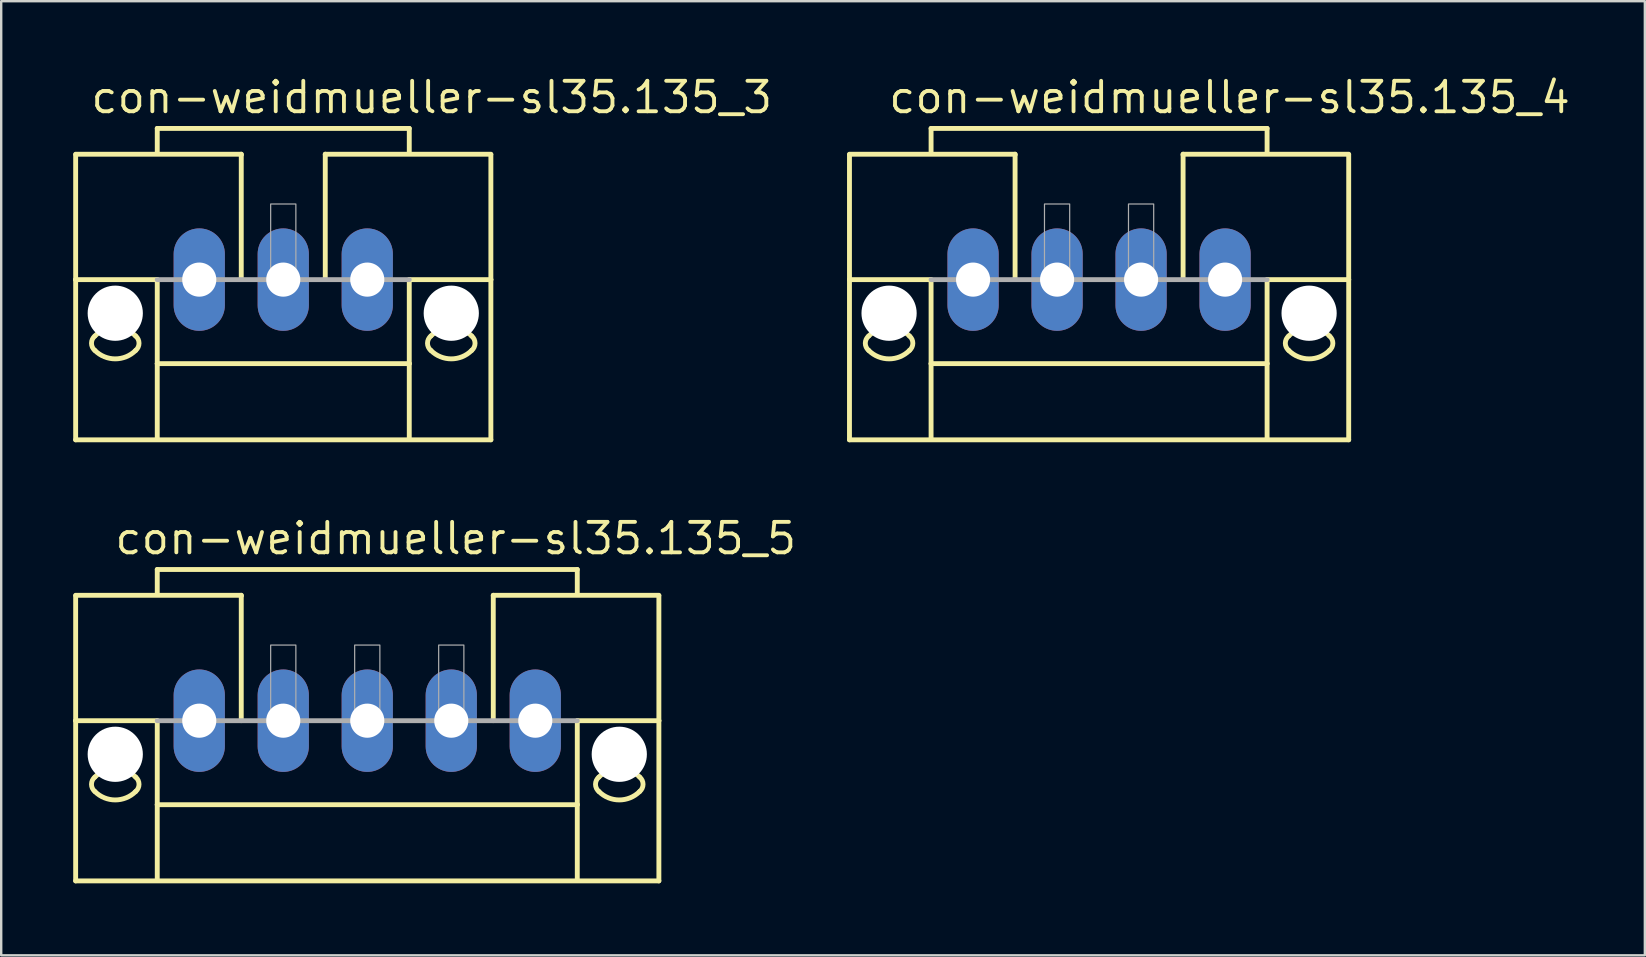
<source format=kicad_pcb>
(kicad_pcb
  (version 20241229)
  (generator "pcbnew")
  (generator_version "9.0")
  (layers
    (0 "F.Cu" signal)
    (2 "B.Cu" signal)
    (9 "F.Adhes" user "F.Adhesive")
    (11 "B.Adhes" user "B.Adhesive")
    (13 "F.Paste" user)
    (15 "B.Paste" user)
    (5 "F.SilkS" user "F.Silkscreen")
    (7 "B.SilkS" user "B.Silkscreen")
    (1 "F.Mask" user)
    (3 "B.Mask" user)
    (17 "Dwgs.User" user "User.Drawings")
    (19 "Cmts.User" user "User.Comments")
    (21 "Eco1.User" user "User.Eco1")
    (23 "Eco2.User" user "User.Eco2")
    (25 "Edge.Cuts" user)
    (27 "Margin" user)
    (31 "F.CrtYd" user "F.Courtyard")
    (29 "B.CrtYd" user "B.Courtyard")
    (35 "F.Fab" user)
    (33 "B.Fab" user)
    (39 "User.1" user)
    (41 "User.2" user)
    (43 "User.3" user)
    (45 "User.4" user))
  (footprint "con-weidmueller-sl35.135_5"
    (layer "F.Cu")
    (at 12.252 26.977)
    (property "Reference" "con-weidmueller-sl35.135_5" (at -10.6 -6.85 0) (layer "F.SilkS") (effects (font (size 1.27 1.27) (thickness 0.16)) (justify left bottom)))
    (attr through_hole)
    (fp_line (start -12.15 -5.225) (end -5.25 -5.225) (stroke (width 0.203) (type default)) (layer "F.SilkS"))
    (fp_line (start -12.15 -5.2) (end -12.15 0) (stroke (width 0.203) (type default)) (layer "F.SilkS"))
    (fp_line (start -12.15 0) (end -12.15 6.675) (stroke (width 0.203) (type default)) (layer "F.SilkS"))
    (fp_line (start -12.15 0) (end -8.75 0) (stroke (width 0.203) (type default)) (layer "F.SilkS"))
    (fp_line (start -12.15 6.675) (end 12.15 6.675) (stroke (width 0.203) (type default)) (layer "F.SilkS"))
    (fp_line (start -8.75 -6.3) (end 8.75 -6.3) (stroke (width 0.203) (type default)) (layer "F.SilkS"))
    (fp_line (start -8.75 -5.3) (end -8.75 -6.3) (stroke (width 0.203) (type default)) (layer "F.SilkS"))
    (fp_line (start -8.75 0) (end -8.75 3.5) (stroke (width 0.203) (type default)) (layer "F.SilkS"))
    (fp_line (start -8.75 3.5) (end 8.75 3.5) (stroke (width 0.203) (type default)) (layer "F.SilkS"))
    (fp_line (start -8.75 6.65) (end -8.75 3.5) (stroke (width 0.203) (type default)) (layer "F.SilkS"))
    (fp_line (start -5.25 -5.225) (end -5.25 -5.2) (stroke (width 0.203) (type default)) (layer "F.SilkS"))
    (fp_line (start -5.25 -5.175) (end -5.25 0) (stroke (width 0.203) (type default)) (layer "F.SilkS"))
    (fp_line (start 5.25 -5.225) (end 12.15 -5.225) (stroke (width 0.203) (type default)) (layer "F.SilkS"))
    (fp_line (start 5.25 -5.2) (end 5.25 -5.225) (stroke (width 0.203) (type default)) (layer "F.SilkS"))
    (fp_line (start 5.25 0) (end 5.25 -5.175) (stroke (width 0.203) (type default)) (layer "F.SilkS"))
    (fp_line (start 8.75 -6.3) (end 8.75 -5.3) (stroke (width 0.203) (type default)) (layer "F.SilkS"))
    (fp_line (start 8.75 3.5) (end 8.75 0) (stroke (width 0.203) (type default)) (layer "F.SilkS"))
    (fp_line (start 8.75 6.65) (end 8.75 3.5) (stroke (width 0.203) (type default)) (layer "F.SilkS"))
    (fp_line (start 12.15 0) (end 8.75 0) (stroke (width 0.203) (type default)) (layer "F.SilkS"))
    (fp_line (start 12.15 0) (end 12.15 -5.2) (stroke (width 0.203) (type default)) (layer "F.SilkS"))
    (fp_line (start 12.15 6.675) (end 12.15 0) (stroke (width 0.203) (type default)) (layer "F.SilkS"))
    (fp_arc (start -11.35 2.35) (mid -10.5 1.997918) (end -9.65 2.35) (stroke (width 0.2032) (type default)) (layer "F.SilkS"))
    (fp_arc (start -11.35 2.95) (mid -11.490512 2.65) (end -11.35 2.35) (stroke (width 0.2032) (type default)) (layer "F.SilkS"))
    (fp_arc (start -9.65 2.35) (mid -9.509488 2.65) (end -9.65 2.95) (stroke (width 0.2032) (type default)) (layer "F.SilkS"))
    (fp_arc (start -9.65 2.95) (mid -10.5 3.302082) (end -11.35 2.95) (stroke (width 0.2032) (type default)) (layer "F.SilkS"))
    (fp_arc (start 9.65 2.35) (mid 10.5 1.997918) (end 11.35 2.35) (stroke (width 0.2032) (type default)) (layer "F.SilkS"))
    (fp_arc (start 9.65 2.95) (mid 9.509488 2.65) (end 9.65 2.35) (stroke (width 0.2032) (type default)) (layer "F.SilkS"))
    (fp_arc (start 11.35 2.35) (mid 11.490512 2.65) (end 11.35 2.95) (stroke (width 0.2032) (type default)) (layer "F.SilkS"))
    (fp_arc (start 11.35 2.95) (mid 10.5 3.302082) (end 9.65 2.95) (stroke (width 0.2032) (type default)) (layer "F.SilkS"))
    (fp_line (start 8.75 0) (end -8.75 0) (stroke (width 0.203) (type default)) (layer "F.Fab"))
    (fp_rect (start -4.025 0) (end -2.975 -3.15) (stroke (width 0.05) (type default)) (fill no) (layer "F.Fab"))
    (fp_rect (start -0.525 0) (end 0.525 -3.15) (stroke (width 0.05) (type default)) (fill no) (layer "F.Fab"))
    (fp_rect (start 2.975 0) (end 4.025 -3.15) (stroke (width 0.05) (type default)) (fill no) (layer "F.Fab"))
    (pad "" np_thru_hole circle (at -10.5 1.4) (size 2.3 2.3) (drill 2.3) (layers "*.Cu" "*.Mask"))
    (pad "" np_thru_hole circle (at 10.5 1.4) (size 2.3 2.3) (drill 2.3) (layers "*.Cu" "*.Mask"))
    (pad "1" thru_hole oval (at -7 0 90) (size 4.267 2.134) (drill 1.422) (layers "*.Cu" "*.Mask"))
    (pad "2" thru_hole oval (at -3.5 0 90) (size 4.267 2.134) (drill 1.422) (layers "*.Cu" "*.Mask"))
    (pad "3" thru_hole oval (at 0 0 90) (size 4.267 2.134) (drill 1.422) (layers "*.Cu" "*.Mask"))
    (pad "4" thru_hole oval (at 3.5 0 90) (size 4.267 2.134) (drill 1.422) (layers "*.Cu" "*.Mask"))
    (pad "5" thru_hole oval (at 7 0 90) (size 4.267 2.134) (drill 1.422) (layers "*.Cu" "*.Mask")))
  (footprint "con-weidmueller-sl35.135_4"
    (layer "F.Cu")
    (at 42.743 8.6)
    (property "Reference" "con-weidmueller-sl35.135_4" (at -8.85 -6.85 0) (layer "F.SilkS") (effects (font (size 1.27 1.27) (thickness 0.16)) (justify left bottom)))
    (attr through_hole)
    (fp_line (start -10.4 -5.225) (end -3.5 -5.225) (stroke (width 0.203) (type default)) (layer "F.SilkS"))
    (fp_line (start -10.4 -5.2) (end -10.4 0) (stroke (width 0.203) (type default)) (layer "F.SilkS"))
    (fp_line (start -10.4 0) (end -10.4 6.675) (stroke (width 0.203) (type default)) (layer "F.SilkS"))
    (fp_line (start -10.4 0) (end -7 0) (stroke (width 0.203) (type default)) (layer "F.SilkS"))
    (fp_line (start -10.4 6.675) (end 10.4 6.675) (stroke (width 0.203) (type default)) (layer "F.SilkS"))
    (fp_line (start -7 -6.3) (end 7 -6.3) (stroke (width 0.203) (type default)) (layer "F.SilkS"))
    (fp_line (start -7 -5.3) (end -7 -6.3) (stroke (width 0.203) (type default)) (layer "F.SilkS"))
    (fp_line (start -7 0) (end -7 3.5) (stroke (width 0.203) (type default)) (layer "F.SilkS"))
    (fp_line (start -7 3.5) (end 7 3.5) (stroke (width 0.203) (type default)) (layer "F.SilkS"))
    (fp_line (start -7 6.65) (end -7 3.5) (stroke (width 0.203) (type default)) (layer "F.SilkS"))
    (fp_line (start -3.5 -5.225) (end -3.5 -5.2) (stroke (width 0.203) (type default)) (layer "F.SilkS"))
    (fp_line (start -3.5 -5.175) (end -3.5 0) (stroke (width 0.203) (type default)) (layer "F.SilkS"))
    (fp_line (start 3.5 -5.225) (end 10.4 -5.225) (stroke (width 0.203) (type default)) (layer "F.SilkS"))
    (fp_line (start 3.5 -5.2) (end 3.5 -5.225) (stroke (width 0.203) (type default)) (layer "F.SilkS"))
    (fp_line (start 3.5 0) (end 3.5 -5.175) (stroke (width 0.203) (type default)) (layer "F.SilkS"))
    (fp_line (start 7 -6.3) (end 7 -5.3) (stroke (width 0.203) (type default)) (layer "F.SilkS"))
    (fp_line (start 7 3.5) (end 7 0) (stroke (width 0.203) (type default)) (layer "F.SilkS"))
    (fp_line (start 7 6.65) (end 7 3.5) (stroke (width 0.203) (type default)) (layer "F.SilkS"))
    (fp_line (start 10.4 0) (end 7 0) (stroke (width 0.203) (type default)) (layer "F.SilkS"))
    (fp_line (start 10.4 0) (end 10.4 -5.2) (stroke (width 0.203) (type default)) (layer "F.SilkS"))
    (fp_line (start 10.4 6.675) (end 10.4 0) (stroke (width 0.203) (type default)) (layer "F.SilkS"))
    (fp_arc (start -9.6 2.35) (mid -8.75 1.997918) (end -7.9 2.35) (stroke (width 0.2032) (type default)) (layer "F.SilkS"))
    (fp_arc (start -9.6 2.95) (mid -9.740512 2.65) (end -9.6 2.35) (stroke (width 0.2032) (type default)) (layer "F.SilkS"))
    (fp_arc (start -7.9 2.35) (mid -7.759488 2.65) (end -7.9 2.95) (stroke (width 0.2032) (type default)) (layer "F.SilkS"))
    (fp_arc (start -7.9 2.95) (mid -8.75 3.302082) (end -9.6 2.95) (stroke (width 0.2032) (type default)) (layer "F.SilkS"))
    (fp_arc (start 7.9 2.35) (mid 8.75 1.997918) (end 9.6 2.35) (stroke (width 0.2032) (type default)) (layer "F.SilkS"))
    (fp_arc (start 7.9 2.95) (mid 7.759488 2.65) (end 7.9 2.35) (stroke (width 0.2032) (type default)) (layer "F.SilkS"))
    (fp_arc (start 9.6 2.35) (mid 9.740512 2.65) (end 9.6 2.95) (stroke (width 0.2032) (type default)) (layer "F.SilkS"))
    (fp_arc (start 9.6 2.95) (mid 8.75 3.302082) (end 7.9 2.95) (stroke (width 0.2032) (type default)) (layer "F.SilkS"))
    (fp_line (start 7 0) (end -7 0) (stroke (width 0.203) (type default)) (layer "F.Fab"))
    (fp_rect (start -2.275 0) (end -1.225 -3.15) (stroke (width 0.05) (type default)) (fill no) (layer "F.Fab"))
    (fp_rect (start 1.225 0) (end 2.275 -3.15) (stroke (width 0.05) (type default)) (fill no) (layer "F.Fab"))
    (pad "" np_thru_hole circle (at -8.75 1.4) (size 2.3 2.3) (drill 2.3) (layers "*.Cu" "*.Mask"))
    (pad "" np_thru_hole circle (at 8.75 1.4) (size 2.3 2.3) (drill 2.3) (layers "*.Cu" "*.Mask"))
    (pad "1" thru_hole oval (at -5.25 0 90) (size 4.267 2.134) (drill 1.422) (layers "*.Cu" "*.Mask"))
    (pad "2" thru_hole oval (at -1.75 0 90) (size 4.267 2.134) (drill 1.422) (layers "*.Cu" "*.Mask"))
    (pad "3" thru_hole oval (at 1.75 0 90) (size 4.267 2.134) (drill 1.422) (layers "*.Cu" "*.Mask"))
    (pad "4" thru_hole oval (at 5.25 0 90) (size 4.267 2.134) (drill 1.422) (layers "*.Cu" "*.Mask")))
  (footprint "con-weidmueller-sl35.135_3"
    (layer "F.Cu")
    (at 8.752 8.6)
    (property "Reference" "con-weidmueller-sl35.135_3" (at -8.1 -6.85 0) (layer "F.SilkS") (effects (font (size 1.27 1.27) (thickness 0.16)) (justify left bottom)))
    (attr through_hole)
    (fp_line (start -8.65 -5.225) (end -1.75 -5.225) (stroke (width 0.203) (type default)) (layer "F.SilkS"))
    (fp_line (start -8.65 -5.2) (end -8.65 0) (stroke (width 0.203) (type default)) (layer "F.SilkS"))
    (fp_line (start -8.65 0) (end -8.65 6.675) (stroke (width 0.203) (type default)) (layer "F.SilkS"))
    (fp_line (start -8.65 0) (end -5.25 0) (stroke (width 0.203) (type default)) (layer "F.SilkS"))
    (fp_line (start -8.65 6.675) (end 8.65 6.675) (stroke (width 0.203) (type default)) (layer "F.SilkS"))
    (fp_line (start -5.25 -6.3) (end 5.25 -6.3) (stroke (width 0.203) (type default)) (layer "F.SilkS"))
    (fp_line (start -5.25 -5.3) (end -5.25 -6.3) (stroke (width 0.203) (type default)) (layer "F.SilkS"))
    (fp_line (start -5.25 0) (end -5.25 3.5) (stroke (width 0.203) (type default)) (layer "F.SilkS"))
    (fp_line (start -5.25 3.5) (end 5.25 3.5) (stroke (width 0.203) (type default)) (layer "F.SilkS"))
    (fp_line (start -5.25 6.65) (end -5.25 3.5) (stroke (width 0.203) (type default)) (layer "F.SilkS"))
    (fp_line (start -1.75 -5.225) (end -1.75 -5.2) (stroke (width 0.203) (type default)) (layer "F.SilkS"))
    (fp_line (start -1.75 -5.175) (end -1.75 0) (stroke (width 0.203) (type default)) (layer "F.SilkS"))
    (fp_line (start 1.75 -5.225) (end 8.65 -5.225) (stroke (width 0.203) (type default)) (layer "F.SilkS"))
    (fp_line (start 1.75 -5.2) (end 1.75 -5.225) (stroke (width 0.203) (type default)) (layer "F.SilkS"))
    (fp_line (start 1.75 0) (end 1.75 -5.175) (stroke (width 0.203) (type default)) (layer "F.SilkS"))
    (fp_line (start 5.25 -6.3) (end 5.25 -5.3) (stroke (width 0.203) (type default)) (layer "F.SilkS"))
    (fp_line (start 5.25 3.5) (end 5.25 0) (stroke (width 0.203) (type default)) (layer "F.SilkS"))
    (fp_line (start 5.25 6.65) (end 5.25 3.5) (stroke (width 0.203) (type default)) (layer "F.SilkS"))
    (fp_line (start 8.65 0) (end 5.25 0) (stroke (width 0.203) (type default)) (layer "F.SilkS"))
    (fp_line (start 8.65 0) (end 8.65 -5.2) (stroke (width 0.203) (type default)) (layer "F.SilkS"))
    (fp_line (start 8.65 6.675) (end 8.65 0) (stroke (width 0.203) (type default)) (layer "F.SilkS"))
    (fp_arc (start -7.85 2.35) (mid -7 1.997918) (end -6.15 2.35) (stroke (width 0.2032) (type default)) (layer "F.SilkS"))
    (fp_arc (start -7.85 2.95) (mid -7.990512 2.65) (end -7.85 2.35) (stroke (width 0.2032) (type default)) (layer "F.SilkS"))
    (fp_arc (start -6.15 2.35) (mid -6.009488 2.65) (end -6.15 2.95) (stroke (width 0.2032) (type default)) (layer "F.SilkS"))
    (fp_arc (start -6.15 2.95) (mid -7 3.302082) (end -7.85 2.95) (stroke (width 0.2032) (type default)) (layer "F.SilkS"))
    (fp_arc (start 6.15 2.35) (mid 7 1.997918) (end 7.85 2.35) (stroke (width 0.2032) (type default)) (layer "F.SilkS"))
    (fp_arc (start 6.15 2.95) (mid 6.009488 2.65) (end 6.15 2.35) (stroke (width 0.2032) (type default)) (layer "F.SilkS"))
    (fp_arc (start 7.85 2.35) (mid 7.990512 2.65) (end 7.85 2.95) (stroke (width 0.2032) (type default)) (layer "F.SilkS"))
    (fp_arc (start 7.85 2.95) (mid 7 3.302082) (end 6.15 2.95) (stroke (width 0.2032) (type default)) (layer "F.SilkS"))
    (fp_line (start 5.25 0) (end -5.25 0) (stroke (width 0.203) (type default)) (layer "F.Fab"))
    (fp_rect (start -0.525 0) (end 0.525 -3.15) (stroke (width 0.05) (type default)) (fill no) (layer "F.Fab"))
    (pad "" np_thru_hole circle (at -7 1.4) (size 2.3 2.3) (drill 2.3) (layers "*.Cu" "*.Mask"))
    (pad "" np_thru_hole circle (at 7 1.4) (size 2.3 2.3) (drill 2.3) (layers "*.Cu" "*.Mask"))
    (pad "1" thru_hole oval (at -3.5 0 90) (size 4.267 2.134) (drill 1.422) (layers "*.Cu" "*.Mask"))
    (pad "2" thru_hole oval (at 0 0 90) (size 4.267 2.134) (drill 1.422) (layers "*.Cu" "*.Mask"))
    (pad "3" thru_hole oval (at 3.5 0 90) (size 4.267 2.134) (drill 1.422) (layers "*.Cu" "*.Mask")))
  (gr_rect
    (start -3 -3)
    (end 65.482 36.753)
    (stroke (width 0.1) (type default))
    (fill no)
    (layer "Edge.Cuts")))
</source>
